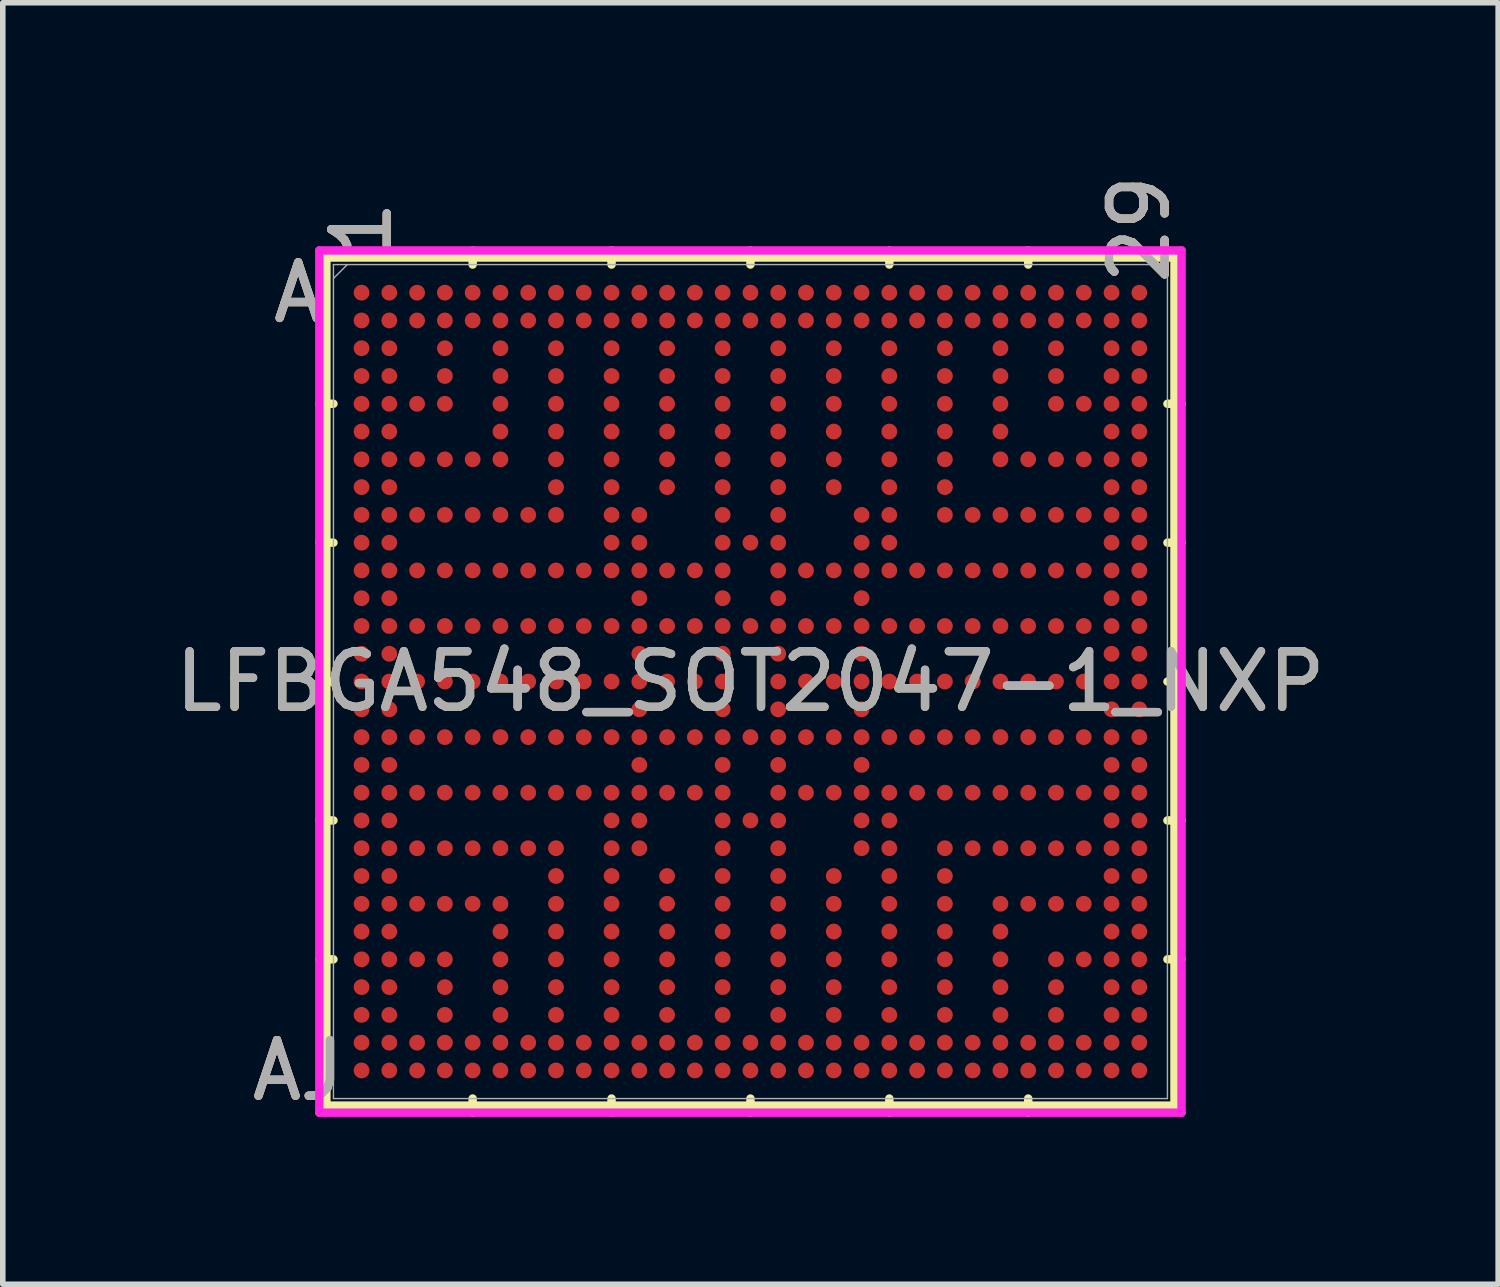
<source format=kicad_pcb>
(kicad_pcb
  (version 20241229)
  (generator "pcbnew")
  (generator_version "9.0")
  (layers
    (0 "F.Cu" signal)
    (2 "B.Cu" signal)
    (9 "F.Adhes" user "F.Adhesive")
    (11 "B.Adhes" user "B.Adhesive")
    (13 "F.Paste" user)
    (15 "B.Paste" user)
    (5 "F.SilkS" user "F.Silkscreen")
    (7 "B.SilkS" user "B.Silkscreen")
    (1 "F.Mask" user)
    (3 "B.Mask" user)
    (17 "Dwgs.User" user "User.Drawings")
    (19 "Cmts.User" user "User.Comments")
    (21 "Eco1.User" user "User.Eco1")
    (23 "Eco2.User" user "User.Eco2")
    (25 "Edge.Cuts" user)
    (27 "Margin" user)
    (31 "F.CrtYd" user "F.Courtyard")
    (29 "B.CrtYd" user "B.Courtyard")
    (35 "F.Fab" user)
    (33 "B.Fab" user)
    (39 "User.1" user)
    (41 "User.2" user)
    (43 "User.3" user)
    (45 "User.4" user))
  (footprint "LFBGA548_SOT2047-1_NXP"
    (layer "F.Cu")
    (at 10.458 9.218)
    (property "Reference" "LFBGA548_SOT2047-1_NXP" (at 0 0 0) (unlocked yes) (layer "F.SilkS") (effects (font (size 1 1) (thickness 0.15))))
    (attr smd)
    (fp_line (start -7.633 -7.633) (end -7.633 7.633) (stroke (width 0.152) (type solid)) (layer "F.SilkS"))
    (fp_line (start -7.633 7.633) (end 7.633 7.633) (stroke (width 0.152) (type solid)) (layer "F.SilkS"))
    (fp_line (start -7.506 -5) (end -7.76 -5) (stroke (width 0.152) (type solid)) (layer "F.SilkS"))
    (fp_line (start -7.506 -2.5) (end -7.76 -2.5) (stroke (width 0.152) (type solid)) (layer "F.SilkS"))
    (fp_line (start -7.506 0) (end -7.76 0) (stroke (width 0.152) (type solid)) (layer "F.SilkS"))
    (fp_line (start -7.506 2.5) (end -7.76 2.5) (stroke (width 0.152) (type solid)) (layer "F.SilkS"))
    (fp_line (start -7.506 5) (end -7.76 5) (stroke (width 0.152) (type solid)) (layer "F.SilkS"))
    (fp_line (start -5 -7.506) (end -5 -7.76) (stroke (width 0.152) (type solid)) (layer "F.SilkS"))
    (fp_line (start -5 7.506) (end -5 7.76) (stroke (width 0.152) (type solid)) (layer "F.SilkS"))
    (fp_line (start -2.5 -7.506) (end -2.5 -7.76) (stroke (width 0.152) (type solid)) (layer "F.SilkS"))
    (fp_line (start -2.5 7.506) (end -2.5 7.76) (stroke (width 0.152) (type solid)) (layer "F.SilkS"))
    (fp_line (start 0 -7.506) (end 0 -7.76) (stroke (width 0.152) (type solid)) (layer "F.SilkS"))
    (fp_line (start 0 7.506) (end 0 7.76) (stroke (width 0.152) (type solid)) (layer "F.SilkS"))
    (fp_line (start 2.5 -7.506) (end 2.5 -7.76) (stroke (width 0.152) (type solid)) (layer "F.SilkS"))
    (fp_line (start 2.5 7.506) (end 2.5 7.76) (stroke (width 0.152) (type solid)) (layer "F.SilkS"))
    (fp_line (start 5 -7.506) (end 5 -7.76) (stroke (width 0.152) (type solid)) (layer "F.SilkS"))
    (fp_line (start 5 7.506) (end 5 7.76) (stroke (width 0.152) (type solid)) (layer "F.SilkS"))
    (fp_line (start 7.506 -5) (end 7.76 -5) (stroke (width 0.152) (type solid)) (layer "F.SilkS"))
    (fp_line (start 7.506 -2.5) (end 7.76 -2.5) (stroke (width 0.152) (type solid)) (layer "F.SilkS"))
    (fp_line (start 7.506 0) (end 7.76 0) (stroke (width 0.152) (type solid)) (layer "F.SilkS"))
    (fp_line (start 7.506 2.5) (end 7.76 2.5) (stroke (width 0.152) (type solid)) (layer "F.SilkS"))
    (fp_line (start 7.506 5) (end 7.76 5) (stroke (width 0.152) (type solid)) (layer "F.SilkS"))
    (fp_line (start 7.633 -7.633) (end -7.633 -7.633) (stroke (width 0.152) (type solid)) (layer "F.SilkS"))
    (fp_line (start 7.633 7.633) (end 7.633 -7.633) (stroke (width 0.152) (type solid)) (layer "F.SilkS"))
    (fp_poly (pts (xy -7.694 -7.694) (xy 7.694 -7.694) (xy 7.694 7.694) (xy -7.694 7.694)) (stroke (width 0.1) (type solid)) (fill no) (layer "Eco2.User"))
    (fp_line (start -7.76 -7.76) (end 7.76 -7.76) (stroke (width 0.152) (type solid)) (layer "F.CrtYd"))
    (fp_line (start -7.76 7.76) (end -7.76 -7.76) (stroke (width 0.152) (type solid)) (layer "F.CrtYd"))
    (fp_line (start 7.76 -7.76) (end 7.76 7.76) (stroke (width 0.152) (type solid)) (layer "F.CrtYd"))
    (fp_line (start 7.76 7.76) (end -7.76 7.76) (stroke (width 0.152) (type solid)) (layer "F.CrtYd"))
    (fp_line (start -7.506 -7.506) (end -7.506 7.506) (stroke (width 0.025) (type solid)) (layer "F.Fab"))
    (fp_line (start -7.506 7.506) (end 7.506 7.506) (stroke (width 0.025) (type solid)) (layer "F.Fab"))
    (fp_line (start -7.256 -7.506) (end -7.506 -7.256) (stroke (width 0.025) (type solid)) (layer "F.Fab"))
    (fp_line (start 7.506 -7.506) (end -7.506 -7.506) (stroke (width 0.025) (type solid)) (layer "F.Fab"))
    (fp_line (start 7.506 7.506) (end 7.506 -7.506) (stroke (width 0.025) (type solid)) (layer "F.Fab"))
    (fp_text user "29" (at 7 -8.141 90) (unlocked yes) (layer "F.SilkS") (effects (font (size 1 1) (thickness 0.15))))
    (fp_text user "1" (at -7 -8.141 90) (unlocked yes) (layer "F.SilkS") (effects (font (size 1 1) (thickness 0.15))))
    (fp_text user "AJ" (at -8.141 7 0) (unlocked yes) (layer "F.SilkS") (effects (font (size 1 1) (thickness 0.15))))
    (fp_text user "A" (at -8.141 -7 0) (unlocked yes) (layer "F.SilkS") (effects (font (size 1 1) (thickness 0.15))))
    (fp_text user "A" (at -8.141 -7 0) (unlocked yes) (layer "B.SilkS") (effects (font (size 1 1) (thickness 0.15))))
    (fp_text user "1" (at -7 -8.141 90) (unlocked yes) (layer "B.SilkS") (effects (font (size 1 1) (thickness 0.15))))
    (fp_text user "29" (at 7 -8.141 90) (unlocked yes) (layer "B.SilkS") (effects (font (size 1 1) (thickness 0.15))))
    (fp_text user "AJ" (at -8.141 7 0) (unlocked yes) (layer "B.SilkS") (effects (font (size 1 1) (thickness 0.15))))
    (fp_text user "29" (at 7 -8.141 90) (unlocked yes) (layer "F.Fab") (effects (font (size 1 1) (thickness 0.15))))
    (fp_text user "A" (at -8.141 -7 0) (unlocked yes) (layer "F.Fab") (effects (font (size 1 1) (thickness 0.15))))
    (fp_text user "AJ" (at -8.141 7 0) (unlocked yes) (layer "F.Fab") (effects (font (size 1 1) (thickness 0.15))))
    (fp_text user "1" (at -7 -8.141 90) (unlocked yes) (layer "F.Fab") (effects (font (size 1 1) (thickness 0.15))))
    (fp_text user "${REFERENCE}" (at 0 0 0) (unlocked yes) (layer "F.Fab") (effects (font (size 1 1) (thickness 0.15))))
    (pad "A1" smd circle (at -7 -7) (size 0.284 0.284) (layers "F.Cu" "F.Mask" "F.Paste"))
    (pad "A2" smd circle (at -6.5 -7) (size 0.284 0.284) (layers "F.Cu" "F.Mask" "F.Paste"))
    (pad "A3" smd circle (at -6 -7) (size 0.284 0.284) (layers "F.Cu" "F.Mask" "F.Paste"))
    (pad "A4" smd circle (at -5.5 -7) (size 0.284 0.284) (layers "F.Cu" "F.Mask" "F.Paste"))
    (pad "A5" smd circle (at -5 -7) (size 0.284 0.284) (layers "F.Cu" "F.Mask" "F.Paste"))
    (pad "A6" smd circle (at -4.5 -7) (size 0.284 0.284) (layers "F.Cu" "F.Mask" "F.Paste"))
    (pad "A7" smd circle (at -4 -7) (size 0.284 0.284) (layers "F.Cu" "F.Mask" "F.Paste"))
    (pad "A8" smd circle (at -3.5 -7) (size 0.284 0.284) (layers "F.Cu" "F.Mask" "F.Paste"))
    (pad "A9" smd circle (at -3 -7) (size 0.284 0.284) (layers "F.Cu" "F.Mask" "F.Paste"))
    (pad "A10" smd circle (at -2.5 -7) (size 0.284 0.284) (layers "F.Cu" "F.Mask" "F.Paste"))
    (pad "A11" smd circle (at -2 -7) (size 0.284 0.284) (layers "F.Cu" "F.Mask" "F.Paste"))
    (pad "A12" smd circle (at -1.5 -7) (size 0.284 0.284) (layers "F.Cu" "F.Mask" "F.Paste"))
    (pad "A13" smd circle (at -1 -7) (size 0.284 0.284) (layers "F.Cu" "F.Mask" "F.Paste"))
    (pad "A14" smd circle (at -0.5 -7) (size 0.284 0.284) (layers "F.Cu" "F.Mask" "F.Paste"))
    (pad "A15" smd circle (at 0 -7) (size 0.284 0.284) (layers "F.Cu" "F.Mask" "F.Paste"))
    (pad "A16" smd circle (at 0.5 -7) (size 0.284 0.284) (layers "F.Cu" "F.Mask" "F.Paste"))
    (pad "A17" smd circle (at 1 -7) (size 0.284 0.284) (layers "F.Cu" "F.Mask" "F.Paste"))
    (pad "A18" smd circle (at 1.5 -7) (size 0.284 0.284) (layers "F.Cu" "F.Mask" "F.Paste"))
    (pad "A19" smd circle (at 2 -7) (size 0.284 0.284) (layers "F.Cu" "F.Mask" "F.Paste"))
    (pad "A20" smd circle (at 2.5 -7) (size 0.284 0.284) (layers "F.Cu" "F.Mask" "F.Paste"))
    (pad "A21" smd circle (at 3 -7) (size 0.284 0.284) (layers "F.Cu" "F.Mask" "F.Paste"))
    (pad "A22" smd circle (at 3.5 -7) (size 0.284 0.284) (layers "F.Cu" "F.Mask" "F.Paste"))
    (pad "A23" smd circle (at 4 -7) (size 0.284 0.284) (layers "F.Cu" "F.Mask" "F.Paste"))
    (pad "A24" smd circle (at 4.5 -7) (size 0.284 0.284) (layers "F.Cu" "F.Mask" "F.Paste"))
    (pad "A25" smd circle (at 5 -7) (size 0.284 0.284) (layers "F.Cu" "F.Mask" "F.Paste"))
    (pad "A26" smd circle (at 5.5 -7) (size 0.284 0.284) (layers "F.Cu" "F.Mask" "F.Paste"))
    (pad "A27" smd circle (at 6 -7) (size 0.284 0.284) (layers "F.Cu" "F.Mask" "F.Paste"))
    (pad "A28" smd circle (at 6.5 -7) (size 0.284 0.284) (layers "F.Cu" "F.Mask" "F.Paste"))
    (pad "A29" smd circle (at 7 -7) (size 0.284 0.284) (layers "F.Cu" "F.Mask" "F.Paste"))
    (pad "AA1" smd circle (at -7 3) (size 0.284 0.284) (layers "F.Cu" "F.Mask" "F.Paste"))
    (pad "AA2" smd circle (at -6.5 3) (size 0.284 0.284) (layers "F.Cu" "F.Mask" "F.Paste"))
    (pad "AA3" smd circle (at -6 3) (size 0.284 0.284) (layers "F.Cu" "F.Mask" "F.Paste"))
    (pad "AA4" smd circle (at -5.5 3) (size 0.284 0.284) (layers "F.Cu" "F.Mask" "F.Paste"))
    (pad "AA5" smd circle (at -5 3) (size 0.284 0.284) (layers "F.Cu" "F.Mask" "F.Paste"))
    (pad "AA6" smd circle (at -4.5 3) (size 0.284 0.284) (layers "F.Cu" "F.Mask" "F.Paste"))
    (pad "AA7" smd circle (at -4 3) (size 0.284 0.284) (layers "F.Cu" "F.Mask" "F.Paste"))
    (pad "AA8" smd circle (at -3.5 3) (size 0.284 0.284) (layers "F.Cu" "F.Mask" "F.Paste"))
    (pad "AA10" smd circle (at -2.5 3) (size 0.284 0.284) (layers "F.Cu" "F.Mask" "F.Paste"))
    (pad "AA11" smd circle (at -2 3) (size 0.284 0.284) (layers "F.Cu" "F.Mask" "F.Paste"))
    (pad "AA14" smd circle (at -0.5 3) (size 0.284 0.284) (layers "F.Cu" "F.Mask" "F.Paste"))
    (pad "AA16" smd circle (at 0.5 3) (size 0.284 0.284) (layers "F.Cu" "F.Mask" "F.Paste"))
    (pad "AA19" smd circle (at 2 3) (size 0.284 0.284) (layers "F.Cu" "F.Mask" "F.Paste"))
    (pad "AA20" smd circle (at 2.5 3) (size 0.284 0.284) (layers "F.Cu" "F.Mask" "F.Paste"))
    (pad "AA22" smd circle (at 3.5 3) (size 0.284 0.284) (layers "F.Cu" "F.Mask" "F.Paste"))
    (pad "AA23" smd circle (at 4 3) (size 0.284 0.284) (layers "F.Cu" "F.Mask" "F.Paste"))
    (pad "AA24" smd circle (at 4.5 3) (size 0.284 0.284) (layers "F.Cu" "F.Mask" "F.Paste"))
    (pad "AA25" smd circle (at 5 3) (size 0.284 0.284) (layers "F.Cu" "F.Mask" "F.Paste"))
    (pad "AA26" smd circle (at 5.5 3) (size 0.284 0.284) (layers "F.Cu" "F.Mask" "F.Paste"))
    (pad "AA27" smd circle (at 6 3) (size 0.284 0.284) (layers "F.Cu" "F.Mask" "F.Paste"))
    (pad "AA28" smd circle (at 6.5 3) (size 0.284 0.284) (layers "F.Cu" "F.Mask" "F.Paste"))
    (pad "AA29" smd circle (at 7 3) (size 0.284 0.284) (layers "F.Cu" "F.Mask" "F.Paste"))
    (pad "AB1" smd circle (at -7 3.5) (size 0.284 0.284) (layers "F.Cu" "F.Mask" "F.Paste"))
    (pad "AB2" smd circle (at -6.5 3.5) (size 0.284 0.284) (layers "F.Cu" "F.Mask" "F.Paste"))
    (pad "AB8" smd circle (at -3.5 3.5) (size 0.284 0.284) (layers "F.Cu" "F.Mask" "F.Paste"))
    (pad "AB10" smd circle (at -2.5 3.5) (size 0.284 0.284) (layers "F.Cu" "F.Mask" "F.Paste"))
    (pad "AB12" smd circle (at -1.5 3.5) (size 0.284 0.284) (layers "F.Cu" "F.Mask" "F.Paste"))
    (pad "AB14" smd circle (at -0.5 3.5) (size 0.284 0.284) (layers "F.Cu" "F.Mask" "F.Paste"))
    (pad "AB16" smd circle (at 0.5 3.5) (size 0.284 0.284) (layers "F.Cu" "F.Mask" "F.Paste"))
    (pad "AB18" smd circle (at 1.5 3.5) (size 0.284 0.284) (layers "F.Cu" "F.Mask" "F.Paste"))
    (pad "AB20" smd circle (at 2.5 3.5) (size 0.284 0.284) (layers "F.Cu" "F.Mask" "F.Paste"))
    (pad "AB22" smd circle (at 3.5 3.5) (size 0.284 0.284) (layers "F.Cu" "F.Mask" "F.Paste"))
    (pad "AB28" smd circle (at 6.5 3.5) (size 0.284 0.284) (layers "F.Cu" "F.Mask" "F.Paste"))
    (pad "AB29" smd circle (at 7 3.5) (size 0.284 0.284) (layers "F.Cu" "F.Mask" "F.Paste"))
    (pad "AC1" smd circle (at -7 4) (size 0.284 0.284) (layers "F.Cu" "F.Mask" "F.Paste"))
    (pad "AC2" smd circle (at -6.5 4) (size 0.284 0.284) (layers "F.Cu" "F.Mask" "F.Paste"))
    (pad "AC3" smd circle (at -6 4) (size 0.284 0.284) (layers "F.Cu" "F.Mask" "F.Paste"))
    (pad "AC4" smd circle (at -5.5 4) (size 0.284 0.284) (layers "F.Cu" "F.Mask" "F.Paste"))
    (pad "AC5" smd circle (at -5 4) (size 0.284 0.284) (layers "F.Cu" "F.Mask" "F.Paste"))
    (pad "AC6" smd circle (at -4.5 4) (size 0.284 0.284) (layers "F.Cu" "F.Mask" "F.Paste"))
    (pad "AC8" smd circle (at -3.5 4) (size 0.284 0.284) (layers "F.Cu" "F.Mask" "F.Paste"))
    (pad "AC10" smd circle (at -2.5 4) (size 0.284 0.284) (layers "F.Cu" "F.Mask" "F.Paste"))
    (pad "AC12" smd circle (at -1.5 4) (size 0.284 0.284) (layers "F.Cu" "F.Mask" "F.Paste"))
    (pad "AC14" smd circle (at -0.5 4) (size 0.284 0.284) (layers "F.Cu" "F.Mask" "F.Paste"))
    (pad "AC16" smd circle (at 0.5 4) (size 0.284 0.284) (layers "F.Cu" "F.Mask" "F.Paste"))
    (pad "AC18" smd circle (at 1.5 4) (size 0.284 0.284) (layers "F.Cu" "F.Mask" "F.Paste"))
    (pad "AC20" smd circle (at 2.5 4) (size 0.284 0.284) (layers "F.Cu" "F.Mask" "F.Paste"))
    (pad "AC22" smd circle (at 3.5 4) (size 0.284 0.284) (layers "F.Cu" "F.Mask" "F.Paste"))
    (pad "AC24" smd circle (at 4.5 4) (size 0.284 0.284) (layers "F.Cu" "F.Mask" "F.Paste"))
    (pad "AC25" smd circle (at 5 4) (size 0.284 0.284) (layers "F.Cu" "F.Mask" "F.Paste"))
    (pad "AC26" smd circle (at 5.5 4) (size 0.284 0.284) (layers "F.Cu" "F.Mask" "F.Paste"))
    (pad "AC27" smd circle (at 6 4) (size 0.284 0.284) (layers "F.Cu" "F.Mask" "F.Paste"))
    (pad "AC28" smd circle (at 6.5 4) (size 0.284 0.284) (layers "F.Cu" "F.Mask" "F.Paste"))
    (pad "AC29" smd circle (at 7 4) (size 0.284 0.284) (layers "F.Cu" "F.Mask" "F.Paste"))
    (pad "AD1" smd circle (at -7 4.5) (size 0.284 0.284) (layers "F.Cu" "F.Mask" "F.Paste"))
    (pad "AD2" smd circle (at -6.5 4.5) (size 0.284 0.284) (layers "F.Cu" "F.Mask" "F.Paste"))
    (pad "AD6" smd circle (at -4.5 4.5) (size 0.284 0.284) (layers "F.Cu" "F.Mask" "F.Paste"))
    (pad "AD8" smd circle (at -3.5 4.5) (size 0.284 0.284) (layers "F.Cu" "F.Mask" "F.Paste"))
    (pad "AD10" smd circle (at -2.5 4.5) (size 0.284 0.284) (layers "F.Cu" "F.Mask" "F.Paste"))
    (pad "AD12" smd circle (at -1.5 4.5) (size 0.284 0.284) (layers "F.Cu" "F.Mask" "F.Paste"))
    (pad "AD14" smd circle (at -0.5 4.5) (size 0.284 0.284) (layers "F.Cu" "F.Mask" "F.Paste"))
    (pad "AD16" smd circle (at 0.5 4.5) (size 0.284 0.284) (layers "F.Cu" "F.Mask" "F.Paste"))
    (pad "AD18" smd circle (at 1.5 4.5) (size 0.284 0.284) (layers "F.Cu" "F.Mask" "F.Paste"))
    (pad "AD20" smd circle (at 2.5 4.5) (size 0.284 0.284) (layers "F.Cu" "F.Mask" "F.Paste"))
    (pad "AD22" smd circle (at 3.5 4.5) (size 0.284 0.284) (layers "F.Cu" "F.Mask" "F.Paste"))
    (pad "AD24" smd circle (at 4.5 4.5) (size 0.284 0.284) (layers "F.Cu" "F.Mask" "F.Paste"))
    (pad "AD28" smd circle (at 6.5 4.5) (size 0.284 0.284) (layers "F.Cu" "F.Mask" "F.Paste"))
    (pad "AD29" smd circle (at 7 4.5) (size 0.284 0.284) (layers "F.Cu" "F.Mask" "F.Paste"))
    (pad "AE1" smd circle (at -7 5) (size 0.284 0.284) (layers "F.Cu" "F.Mask" "F.Paste"))
    (pad "AE2" smd circle (at -6.5 5) (size 0.284 0.284) (layers "F.Cu" "F.Mask" "F.Paste"))
    (pad "AE3" smd circle (at -6 5) (size 0.284 0.284) (layers "F.Cu" "F.Mask" "F.Paste"))
    (pad "AE4" smd circle (at -5.5 5) (size 0.284 0.284) (layers "F.Cu" "F.Mask" "F.Paste"))
    (pad "AE6" smd circle (at -4.5 5) (size 0.284 0.284) (layers "F.Cu" "F.Mask" "F.Paste"))
    (pad "AE8" smd circle (at -3.5 5) (size 0.284 0.284) (layers "F.Cu" "F.Mask" "F.Paste"))
    (pad "AE10" smd circle (at -2.5 5) (size 0.284 0.284) (layers "F.Cu" "F.Mask" "F.Paste"))
    (pad "AE12" smd circle (at -1.5 5) (size 0.284 0.284) (layers "F.Cu" "F.Mask" "F.Paste"))
    (pad "AE14" smd circle (at -0.5 5) (size 0.284 0.284) (layers "F.Cu" "F.Mask" "F.Paste"))
    (pad "AE16" smd circle (at 0.5 5) (size 0.284 0.284) (layers "F.Cu" "F.Mask" "F.Paste"))
    (pad "AE18" smd circle (at 1.5 5) (size 0.284 0.284) (layers "F.Cu" "F.Mask" "F.Paste"))
    (pad "AE20" smd circle (at 2.5 5) (size 0.284 0.284) (layers "F.Cu" "F.Mask" "F.Paste"))
    (pad "AE22" smd circle (at 3.5 5) (size 0.284 0.284) (layers "F.Cu" "F.Mask" "F.Paste"))
    (pad "AE24" smd circle (at 4.5 5) (size 0.284 0.284) (layers "F.Cu" "F.Mask" "F.Paste"))
    (pad "AE26" smd circle (at 5.5 5) (size 0.284 0.284) (layers "F.Cu" "F.Mask" "F.Paste"))
    (pad "AE27" smd circle (at 6 5) (size 0.284 0.284) (layers "F.Cu" "F.Mask" "F.Paste"))
    (pad "AE28" smd circle (at 6.5 5) (size 0.284 0.284) (layers "F.Cu" "F.Mask" "F.Paste"))
    (pad "AE29" smd circle (at 7 5) (size 0.284 0.284) (layers "F.Cu" "F.Mask" "F.Paste"))
    (pad "AF1" smd circle (at -7 5.5) (size 0.284 0.284) (layers "F.Cu" "F.Mask" "F.Paste"))
    (pad "AF2" smd circle (at -6.5 5.5) (size 0.284 0.284) (layers "F.Cu" "F.Mask" "F.Paste"))
    (pad "AF4" smd circle (at -5.5 5.5) (size 0.284 0.284) (layers "F.Cu" "F.Mask" "F.Paste"))
    (pad "AF6" smd circle (at -4.5 5.5) (size 0.284 0.284) (layers "F.Cu" "F.Mask" "F.Paste"))
    (pad "AF8" smd circle (at -3.5 5.5) (size 0.284 0.284) (layers "F.Cu" "F.Mask" "F.Paste"))
    (pad "AF10" smd circle (at -2.5 5.5) (size 0.284 0.284) (layers "F.Cu" "F.Mask" "F.Paste"))
    (pad "AF12" smd circle (at -1.5 5.5) (size 0.284 0.284) (layers "F.Cu" "F.Mask" "F.Paste"))
    (pad "AF14" smd circle (at -0.5 5.5) (size 0.284 0.284) (layers "F.Cu" "F.Mask" "F.Paste"))
    (pad "AF16" smd circle (at 0.5 5.5) (size 0.284 0.284) (layers "F.Cu" "F.Mask" "F.Paste"))
    (pad "AF18" smd circle (at 1.5 5.5) (size 0.284 0.284) (layers "F.Cu" "F.Mask" "F.Paste"))
    (pad "AF20" smd circle (at 2.5 5.5) (size 0.284 0.284) (layers "F.Cu" "F.Mask" "F.Paste"))
    (pad "AF22" smd circle (at 3.5 5.5) (size 0.284 0.284) (layers "F.Cu" "F.Mask" "F.Paste"))
    (pad "AF24" smd circle (at 4.5 5.5) (size 0.284 0.284) (layers "F.Cu" "F.Mask" "F.Paste"))
    (pad "AF26" smd circle (at 5.5 5.5) (size 0.284 0.284) (layers "F.Cu" "F.Mask" "F.Paste"))
    (pad "AF28" smd circle (at 6.5 5.5) (size 0.284 0.284) (layers "F.Cu" "F.Mask" "F.Paste"))
    (pad "AF29" smd circle (at 7 5.5) (size 0.284 0.284) (layers "F.Cu" "F.Mask" "F.Paste"))
    (pad "AG1" smd circle (at -7 6) (size 0.284 0.284) (layers "F.Cu" "F.Mask" "F.Paste"))
    (pad "AG2" smd circle (at -6.5 6) (size 0.284 0.284) (layers "F.Cu" "F.Mask" "F.Paste"))
    (pad "AG4" smd circle (at -5.5 6) (size 0.284 0.284) (layers "F.Cu" "F.Mask" "F.Paste"))
    (pad "AG6" smd circle (at -4.5 6) (size 0.284 0.284) (layers "F.Cu" "F.Mask" "F.Paste"))
    (pad "AG8" smd circle (at -3.5 6) (size 0.284 0.284) (layers "F.Cu" "F.Mask" "F.Paste"))
    (pad "AG10" smd circle (at -2.5 6) (size 0.284 0.284) (layers "F.Cu" "F.Mask" "F.Paste"))
    (pad "AG12" smd circle (at -1.5 6) (size 0.284 0.284) (layers "F.Cu" "F.Mask" "F.Paste"))
    (pad "AG14" smd circle (at -0.5 6) (size 0.284 0.284) (layers "F.Cu" "F.Mask" "F.Paste"))
    (pad "AG16" smd circle (at 0.5 6) (size 0.284 0.284) (layers "F.Cu" "F.Mask" "F.Paste"))
    (pad "AG18" smd circle (at 1.5 6) (size 0.284 0.284) (layers "F.Cu" "F.Mask" "F.Paste"))
    (pad "AG20" smd circle (at 2.5 6) (size 0.284 0.284) (layers "F.Cu" "F.Mask" "F.Paste"))
    (pad "AG22" smd circle (at 3.5 6) (size 0.284 0.284) (layers "F.Cu" "F.Mask" "F.Paste"))
    (pad "AG24" smd circle (at 4.5 6) (size 0.284 0.284) (layers "F.Cu" "F.Mask" "F.Paste"))
    (pad "AG26" smd circle (at 5.5 6) (size 0.284 0.284) (layers "F.Cu" "F.Mask" "F.Paste"))
    (pad "AG28" smd circle (at 6.5 6) (size 0.284 0.284) (layers "F.Cu" "F.Mask" "F.Paste"))
    (pad "AG29" smd circle (at 7 6) (size 0.284 0.284) (layers "F.Cu" "F.Mask" "F.Paste"))
    (pad "AH1" smd circle (at -7 6.5) (size 0.284 0.284) (layers "F.Cu" "F.Mask" "F.Paste"))
    (pad "AH2" smd circle (at -6.5 6.5) (size 0.284 0.284) (layers "F.Cu" "F.Mask" "F.Paste"))
    (pad "AH3" smd circle (at -6 6.5) (size 0.284 0.284) (layers "F.Cu" "F.Mask" "F.Paste"))
    (pad "AH4" smd circle (at -5.5 6.5) (size 0.284 0.284) (layers "F.Cu" "F.Mask" "F.Paste"))
    (pad "AH5" smd circle (at -5 6.5) (size 0.284 0.284) (layers "F.Cu" "F.Mask" "F.Paste"))
    (pad "AH6" smd circle (at -4.5 6.5) (size 0.284 0.284) (layers "F.Cu" "F.Mask" "F.Paste"))
    (pad "AH7" smd circle (at -4 6.5) (size 0.284 0.284) (layers "F.Cu" "F.Mask" "F.Paste"))
    (pad "AH8" smd circle (at -3.5 6.5) (size 0.284 0.284) (layers "F.Cu" "F.Mask" "F.Paste"))
    (pad "AH9" smd circle (at -3 6.5) (size 0.284 0.284) (layers "F.Cu" "F.Mask" "F.Paste"))
    (pad "AH10" smd circle (at -2.5 6.5) (size 0.284 0.284) (layers "F.Cu" "F.Mask" "F.Paste"))
    (pad "AH11" smd circle (at -2 6.5) (size 0.284 0.284) (layers "F.Cu" "F.Mask" "F.Paste"))
    (pad "AH12" smd circle (at -1.5 6.5) (size 0.284 0.284) (layers "F.Cu" "F.Mask" "F.Paste"))
    (pad "AH13" smd circle (at -1 6.5) (size 0.284 0.284) (layers "F.Cu" "F.Mask" "F.Paste"))
    (pad "AH14" smd circle (at -0.5 6.5) (size 0.284 0.284) (layers "F.Cu" "F.Mask" "F.Paste"))
    (pad "AH15" smd circle (at 0 6.5) (size 0.284 0.284) (layers "F.Cu" "F.Mask" "F.Paste"))
    (pad "AH16" smd circle (at 0.5 6.5) (size 0.284 0.284) (layers "F.Cu" "F.Mask" "F.Paste"))
    (pad "AH17" smd circle (at 1 6.5) (size 0.284 0.284) (layers "F.Cu" "F.Mask" "F.Paste"))
    (pad "AH18" smd circle (at 1.5 6.5) (size 0.284 0.284) (layers "F.Cu" "F.Mask" "F.Paste"))
    (pad "AH19" smd circle (at 2 6.5) (size 0.284 0.284) (layers "F.Cu" "F.Mask" "F.Paste"))
    (pad "AH20" smd circle (at 2.5 6.5) (size 0.284 0.284) (layers "F.Cu" "F.Mask" "F.Paste"))
    (pad "AH21" smd circle (at 3 6.5) (size 0.284 0.284) (layers "F.Cu" "F.Mask" "F.Paste"))
    (pad "AH22" smd circle (at 3.5 6.5) (size 0.284 0.284) (layers "F.Cu" "F.Mask" "F.Paste"))
    (pad "AH23" smd circle (at 4 6.5) (size 0.284 0.284) (layers "F.Cu" "F.Mask" "F.Paste"))
    (pad "AH24" smd circle (at 4.5 6.5) (size 0.284 0.284) (layers "F.Cu" "F.Mask" "F.Paste"))
    (pad "AH25" smd circle (at 5 6.5) (size 0.284 0.284) (layers "F.Cu" "F.Mask" "F.Paste"))
    (pad "AH26" smd circle (at 5.5 6.5) (size 0.284 0.284) (layers "F.Cu" "F.Mask" "F.Paste"))
    (pad "AH27" smd circle (at 6 6.5) (size 0.284 0.284) (layers "F.Cu" "F.Mask" "F.Paste"))
    (pad "AH28" smd circle (at 6.5 6.5) (size 0.284 0.284) (layers "F.Cu" "F.Mask" "F.Paste"))
    (pad "AH29" smd circle (at 7 6.5) (size 0.284 0.284) (layers "F.Cu" "F.Mask" "F.Paste"))
    (pad "AJ1" smd circle (at -7 7) (size 0.284 0.284) (layers "F.Cu" "F.Mask" "F.Paste"))
    (pad "AJ2" smd circle (at -6.5 7) (size 0.284 0.284) (layers "F.Cu" "F.Mask" "F.Paste"))
    (pad "AJ3" smd circle (at -6 7) (size 0.284 0.284) (layers "F.Cu" "F.Mask" "F.Paste"))
    (pad "AJ4" smd circle (at -5.5 7) (size 0.284 0.284) (layers "F.Cu" "F.Mask" "F.Paste"))
    (pad "AJ5" smd circle (at -5 7) (size 0.284 0.284) (layers "F.Cu" "F.Mask" "F.Paste"))
    (pad "AJ6" smd circle (at -4.5 7) (size 0.284 0.284) (layers "F.Cu" "F.Mask" "F.Paste"))
    (pad "AJ7" smd circle (at -4 7) (size 0.284 0.284) (layers "F.Cu" "F.Mask" "F.Paste"))
    (pad "AJ8" smd circle (at -3.5 7) (size 0.284 0.284) (layers "F.Cu" "F.Mask" "F.Paste"))
    (pad "AJ9" smd circle (at -3 7) (size 0.284 0.284) (layers "F.Cu" "F.Mask" "F.Paste"))
    (pad "AJ10" smd circle (at -2.5 7) (size 0.284 0.284) (layers "F.Cu" "F.Mask" "F.Paste"))
    (pad "AJ11" smd circle (at -2 7) (size 0.284 0.284) (layers "F.Cu" "F.Mask" "F.Paste"))
    (pad "AJ12" smd circle (at -1.5 7) (size 0.284 0.284) (layers "F.Cu" "F.Mask" "F.Paste"))
    (pad "AJ13" smd circle (at -1 7) (size 0.284 0.284) (layers "F.Cu" "F.Mask" "F.Paste"))
    (pad "AJ14" smd circle (at -0.5 7) (size 0.284 0.284) (layers "F.Cu" "F.Mask" "F.Paste"))
    (pad "AJ15" smd circle (at 0 7) (size 0.284 0.284) (layers "F.Cu" "F.Mask" "F.Paste"))
    (pad "AJ16" smd circle (at 0.5 7) (size 0.284 0.284) (layers "F.Cu" "F.Mask" "F.Paste"))
    (pad "AJ17" smd circle (at 1 7) (size 0.284 0.284) (layers "F.Cu" "F.Mask" "F.Paste"))
    (pad "AJ18" smd circle (at 1.5 7) (size 0.284 0.284) (layers "F.Cu" "F.Mask" "F.Paste"))
    (pad "AJ19" smd circle (at 2 7) (size 0.284 0.284) (layers "F.Cu" "F.Mask" "F.Paste"))
    (pad "AJ20" smd circle (at 2.5 7) (size 0.284 0.284) (layers "F.Cu" "F.Mask" "F.Paste"))
    (pad "AJ21" smd circle (at 3 7) (size 0.284 0.284) (layers "F.Cu" "F.Mask" "F.Paste"))
    (pad "AJ22" smd circle (at 3.5 7) (size 0.284 0.284) (layers "F.Cu" "F.Mask" "F.Paste"))
    (pad "AJ23" smd circle (at 4 7) (size 0.284 0.284) (layers "F.Cu" "F.Mask" "F.Paste"))
    (pad "AJ24" smd circle (at 4.5 7) (size 0.284 0.284) (layers "F.Cu" "F.Mask" "F.Paste"))
    (pad "AJ25" smd circle (at 5 7) (size 0.284 0.284) (layers "F.Cu" "F.Mask" "F.Paste"))
    (pad "AJ26" smd circle (at 5.5 7) (size 0.284 0.284) (layers "F.Cu" "F.Mask" "F.Paste"))
    (pad "AJ27" smd circle (at 6 7) (size 0.284 0.284) (layers "F.Cu" "F.Mask" "F.Paste"))
    (pad "AJ28" smd circle (at 6.5 7) (size 0.284 0.284) (layers "F.Cu" "F.Mask" "F.Paste"))
    (pad "AJ29" smd circle (at 7 7) (size 0.284 0.284) (layers "F.Cu" "F.Mask" "F.Paste"))
    (pad "B1" smd circle (at -7 -6.5) (size 0.284 0.284) (layers "F.Cu" "F.Mask" "F.Paste"))
    (pad "B2" smd circle (at -6.5 -6.5) (size 0.284 0.284) (layers "F.Cu" "F.Mask" "F.Paste"))
    (pad "B3" smd circle (at -6 -6.5) (size 0.284 0.284) (layers "F.Cu" "F.Mask" "F.Paste"))
    (pad "B4" smd circle (at -5.5 -6.5) (size 0.284 0.284) (layers "F.Cu" "F.Mask" "F.Paste"))
    (pad "B5" smd circle (at -5 -6.5) (size 0.284 0.284) (layers "F.Cu" "F.Mask" "F.Paste"))
    (pad "B6" smd circle (at -4.5 -6.5) (size 0.284 0.284) (layers "F.Cu" "F.Mask" "F.Paste"))
    (pad "B7" smd circle (at -4 -6.5) (size 0.284 0.284) (layers "F.Cu" "F.Mask" "F.Paste"))
    (pad "B8" smd circle (at -3.5 -6.5) (size 0.284 0.284) (layers "F.Cu" "F.Mask" "F.Paste"))
    (pad "B9" smd circle (at -3 -6.5) (size 0.284 0.284) (layers "F.Cu" "F.Mask" "F.Paste"))
    (pad "B10" smd circle (at -2.5 -6.5) (size 0.284 0.284) (layers "F.Cu" "F.Mask" "F.Paste"))
    (pad "B11" smd circle (at -2 -6.5) (size 0.284 0.284) (layers "F.Cu" "F.Mask" "F.Paste"))
    (pad "B12" smd circle (at -1.5 -6.5) (size 0.284 0.284) (layers "F.Cu" "F.Mask" "F.Paste"))
    (pad "B13" smd circle (at -1 -6.5) (size 0.284 0.284) (layers "F.Cu" "F.Mask" "F.Paste"))
    (pad "B14" smd circle (at -0.5 -6.5) (size 0.284 0.284) (layers "F.Cu" "F.Mask" "F.Paste"))
    (pad "B15" smd circle (at 0 -6.5) (size 0.284 0.284) (layers "F.Cu" "F.Mask" "F.Paste"))
    (pad "B16" smd circle (at 0.5 -6.5) (size 0.284 0.284) (layers "F.Cu" "F.Mask" "F.Paste"))
    (pad "B17" smd circle (at 1 -6.5) (size 0.284 0.284) (layers "F.Cu" "F.Mask" "F.Paste"))
    (pad "B18" smd circle (at 1.5 -6.5) (size 0.284 0.284) (layers "F.Cu" "F.Mask" "F.Paste"))
    (pad "B19" smd circle (at 2 -6.5) (size 0.284 0.284) (layers "F.Cu" "F.Mask" "F.Paste"))
    (pad "B20" smd circle (at 2.5 -6.5) (size 0.284 0.284) (layers "F.Cu" "F.Mask" "F.Paste"))
    (pad "B21" smd circle (at 3 -6.5) (size 0.284 0.284) (layers "F.Cu" "F.Mask" "F.Paste"))
    (pad "B22" smd circle (at 3.5 -6.5) (size 0.284 0.284) (layers "F.Cu" "F.Mask" "F.Paste"))
    (pad "B23" smd circle (at 4 -6.5) (size 0.284 0.284) (layers "F.Cu" "F.Mask" "F.Paste"))
    (pad "B24" smd circle (at 4.5 -6.5) (size 0.284 0.284) (layers "F.Cu" "F.Mask" "F.Paste"))
    (pad "B25" smd circle (at 5 -6.5) (size 0.284 0.284) (layers "F.Cu" "F.Mask" "F.Paste"))
    (pad "B26" smd circle (at 5.5 -6.5) (size 0.284 0.284) (layers "F.Cu" "F.Mask" "F.Paste"))
    (pad "B27" smd circle (at 6 -6.5) (size 0.284 0.284) (layers "F.Cu" "F.Mask" "F.Paste"))
    (pad "B28" smd circle (at 6.5 -6.5) (size 0.284 0.284) (layers "F.Cu" "F.Mask" "F.Paste"))
    (pad "B29" smd circle (at 7 -6.5) (size 0.284 0.284) (layers "F.Cu" "F.Mask" "F.Paste"))
    (pad "C1" smd circle (at -7 -6) (size 0.284 0.284) (layers "F.Cu" "F.Mask" "F.Paste"))
    (pad "C2" smd circle (at -6.5 -6) (size 0.284 0.284) (layers "F.Cu" "F.Mask" "F.Paste"))
    (pad "C4" smd circle (at -5.5 -6) (size 0.284 0.284) (layers "F.Cu" "F.Mask" "F.Paste"))
    (pad "C6" smd circle (at -4.5 -6) (size 0.284 0.284) (layers "F.Cu" "F.Mask" "F.Paste"))
    (pad "C8" smd circle (at -3.5 -6) (size 0.284 0.284) (layers "F.Cu" "F.Mask" "F.Paste"))
    (pad "C10" smd circle (at -2.5 -6) (size 0.284 0.284) (layers "F.Cu" "F.Mask" "F.Paste"))
    (pad "C12" smd circle (at -1.5 -6) (size 0.284 0.284) (layers "F.Cu" "F.Mask" "F.Paste"))
    (pad "C14" smd circle (at -0.5 -6) (size 0.284 0.284) (layers "F.Cu" "F.Mask" "F.Paste"))
    (pad "C16" smd circle (at 0.5 -6) (size 0.284 0.284) (layers "F.Cu" "F.Mask" "F.Paste"))
    (pad "C18" smd circle (at 1.5 -6) (size 0.284 0.284) (layers "F.Cu" "F.Mask" "F.Paste"))
    (pad "C20" smd circle (at 2.5 -6) (size 0.284 0.284) (layers "F.Cu" "F.Mask" "F.Paste"))
    (pad "C22" smd circle (at 3.5 -6) (size 0.284 0.284) (layers "F.Cu" "F.Mask" "F.Paste"))
    (pad "C24" smd circle (at 4.5 -6) (size 0.284 0.284) (layers "F.Cu" "F.Mask" "F.Paste"))
    (pad "C26" smd circle (at 5.5 -6) (size 0.284 0.284) (layers "F.Cu" "F.Mask" "F.Paste"))
    (pad "C28" smd circle (at 6.5 -6) (size 0.284 0.284) (layers "F.Cu" "F.Mask" "F.Paste"))
    (pad "C29" smd circle (at 7 -6) (size 0.284 0.284) (layers "F.Cu" "F.Mask" "F.Paste"))
    (pad "D1" smd circle (at -7 -5.5) (size 0.284 0.284) (layers "F.Cu" "F.Mask" "F.Paste"))
    (pad "D2" smd circle (at -6.5 -5.5) (size 0.284 0.284) (layers "F.Cu" "F.Mask" "F.Paste"))
    (pad "D4" smd circle (at -5.5 -5.5) (size 0.284 0.284) (layers "F.Cu" "F.Mask" "F.Paste"))
    (pad "D6" smd circle (at -4.5 -5.5) (size 0.284 0.284) (layers "F.Cu" "F.Mask" "F.Paste"))
    (pad "D8" smd circle (at -3.5 -5.5) (size 0.284 0.284) (layers "F.Cu" "F.Mask" "F.Paste"))
    (pad "D10" smd circle (at -2.5 -5.5) (size 0.284 0.284) (layers "F.Cu" "F.Mask" "F.Paste"))
    (pad "D12" smd circle (at -1.5 -5.5) (size 0.284 0.284) (layers "F.Cu" "F.Mask" "F.Paste"))
    (pad "D14" smd circle (at -0.5 -5.5) (size 0.284 0.284) (layers "F.Cu" "F.Mask" "F.Paste"))
    (pad "D16" smd circle (at 0.5 -5.5) (size 0.284 0.284) (layers "F.Cu" "F.Mask" "F.Paste"))
    (pad "D18" smd circle (at 1.5 -5.5) (size 0.284 0.284) (layers "F.Cu" "F.Mask" "F.Paste"))
    (pad "D20" smd circle (at 2.5 -5.5) (size 0.284 0.284) (layers "F.Cu" "F.Mask" "F.Paste"))
    (pad "D22" smd circle (at 3.5 -5.5) (size 0.284 0.284) (layers "F.Cu" "F.Mask" "F.Paste"))
    (pad "D24" smd circle (at 4.5 -5.5) (size 0.284 0.284) (layers "F.Cu" "F.Mask" "F.Paste"))
    (pad "D26" smd circle (at 5.5 -5.5) (size 0.284 0.284) (layers "F.Cu" "F.Mask" "F.Paste"))
    (pad "D28" smd circle (at 6.5 -5.5) (size 0.284 0.284) (layers "F.Cu" "F.Mask" "F.Paste"))
    (pad "D29" smd circle (at 7 -5.5) (size 0.284 0.284) (layers "F.Cu" "F.Mask" "F.Paste"))
    (pad "E1" smd circle (at -7 -5) (size 0.284 0.284) (layers "F.Cu" "F.Mask" "F.Paste"))
    (pad "E2" smd circle (at -6.5 -5) (size 0.284 0.284) (layers "F.Cu" "F.Mask" "F.Paste"))
    (pad "E3" smd circle (at -6 -5) (size 0.284 0.284) (layers "F.Cu" "F.Mask" "F.Paste"))
    (pad "E4" smd circle (at -5.5 -5) (size 0.284 0.284) (layers "F.Cu" "F.Mask" "F.Paste"))
    (pad "E6" smd circle (at -4.5 -5) (size 0.284 0.284) (layers "F.Cu" "F.Mask" "F.Paste"))
    (pad "E8" smd circle (at -3.5 -5) (size 0.284 0.284) (layers "F.Cu" "F.Mask" "F.Paste"))
    (pad "E10" smd circle (at -2.5 -5) (size 0.284 0.284) (layers "F.Cu" "F.Mask" "F.Paste"))
    (pad "E12" smd circle (at -1.5 -5) (size 0.284 0.284) (layers "F.Cu" "F.Mask" "F.Paste"))
    (pad "E14" smd circle (at -0.5 -5) (size 0.284 0.284) (layers "F.Cu" "F.Mask" "F.Paste"))
    (pad "E16" smd circle (at 0.5 -5) (size 0.284 0.284) (layers "F.Cu" "F.Mask" "F.Paste"))
    (pad "E18" smd circle (at 1.5 -5) (size 0.284 0.284) (layers "F.Cu" "F.Mask" "F.Paste"))
    (pad "E20" smd circle (at 2.5 -5) (size 0.284 0.284) (layers "F.Cu" "F.Mask" "F.Paste"))
    (pad "E22" smd circle (at 3.5 -5) (size 0.284 0.284) (layers "F.Cu" "F.Mask" "F.Paste"))
    (pad "E24" smd circle (at 4.5 -5) (size 0.284 0.284) (layers "F.Cu" "F.Mask" "F.Paste"))
    (pad "E26" smd circle (at 5.5 -5) (size 0.284 0.284) (layers "F.Cu" "F.Mask" "F.Paste"))
    (pad "E27" smd circle (at 6 -5) (size 0.284 0.284) (layers "F.Cu" "F.Mask" "F.Paste"))
    (pad "E28" smd circle (at 6.5 -5) (size 0.284 0.284) (layers "F.Cu" "F.Mask" "F.Paste"))
    (pad "E29" smd circle (at 7 -5) (size 0.284 0.284) (layers "F.Cu" "F.Mask" "F.Paste"))
    (pad "F1" smd circle (at -7 -4.5) (size 0.284 0.284) (layers "F.Cu" "F.Mask" "F.Paste"))
    (pad "F2" smd circle (at -6.5 -4.5) (size 0.284 0.284) (layers "F.Cu" "F.Mask" "F.Paste"))
    (pad "F6" smd circle (at -4.5 -4.5) (size 0.284 0.284) (layers "F.Cu" "F.Mask" "F.Paste"))
    (pad "F8" smd circle (at -3.5 -4.5) (size 0.284 0.284) (layers "F.Cu" "F.Mask" "F.Paste"))
    (pad "F10" smd circle (at -2.5 -4.5) (size 0.284 0.284) (layers "F.Cu" "F.Mask" "F.Paste"))
    (pad "F12" smd circle (at -1.5 -4.5) (size 0.284 0.284) (layers "F.Cu" "F.Mask" "F.Paste"))
    (pad "F14" smd circle (at -0.5 -4.5) (size 0.284 0.284) (layers "F.Cu" "F.Mask" "F.Paste"))
    (pad "F16" smd circle (at 0.5 -4.5) (size 0.284 0.284) (layers "F.Cu" "F.Mask" "F.Paste"))
    (pad "F18" smd circle (at 1.5 -4.5) (size 0.284 0.284) (layers "F.Cu" "F.Mask" "F.Paste"))
    (pad "F20" smd circle (at 2.5 -4.5) (size 0.284 0.284) (layers "F.Cu" "F.Mask" "F.Paste"))
    (pad "F22" smd circle (at 3.5 -4.5) (size 0.284 0.284) (layers "F.Cu" "F.Mask" "F.Paste"))
    (pad "F24" smd circle (at 4.5 -4.5) (size 0.284 0.284) (layers "F.Cu" "F.Mask" "F.Paste"))
    (pad "F28" smd circle (at 6.5 -4.5) (size 0.284 0.284) (layers "F.Cu" "F.Mask" "F.Paste"))
    (pad "F29" smd circle (at 7 -4.5) (size 0.284 0.284) (layers "F.Cu" "F.Mask" "F.Paste"))
    (pad "G1" smd circle (at -7 -4) (size 0.284 0.284) (layers "F.Cu" "F.Mask" "F.Paste"))
    (pad "G2" smd circle (at -6.5 -4) (size 0.284 0.284) (layers "F.Cu" "F.Mask" "F.Paste"))
    (pad "G3" smd circle (at -6 -4) (size 0.284 0.284) (layers "F.Cu" "F.Mask" "F.Paste"))
    (pad "G4" smd circle (at -5.5 -4) (size 0.284 0.284) (layers "F.Cu" "F.Mask" "F.Paste"))
    (pad "G5" smd circle (at -5 -4) (size 0.284 0.284) (layers "F.Cu" "F.Mask" "F.Paste"))
    (pad "G6" smd circle (at -4.5 -4) (size 0.284 0.284) (layers "F.Cu" "F.Mask" "F.Paste"))
    (pad "G8" smd circle (at -3.5 -4) (size 0.284 0.284) (layers "F.Cu" "F.Mask" "F.Paste"))
    (pad "G10" smd circle (at -2.5 -4) (size 0.284 0.284) (layers "F.Cu" "F.Mask" "F.Paste"))
    (pad "G12" smd circle (at -1.5 -4) (size 0.284 0.284) (layers "F.Cu" "F.Mask" "F.Paste"))
    (pad "G14" smd circle (at -0.5 -4) (size 0.284 0.284) (layers "F.Cu" "F.Mask" "F.Paste"))
    (pad "G16" smd circle (at 0.5 -4) (size 0.284 0.284) (layers "F.Cu" "F.Mask" "F.Paste"))
    (pad "G18" smd circle (at 1.5 -4) (size 0.284 0.284) (layers "F.Cu" "F.Mask" "F.Paste"))
    (pad "G20" smd circle (at 2.5 -4) (size 0.284 0.284) (layers "F.Cu" "F.Mask" "F.Paste"))
    (pad "G22" smd circle (at 3.5 -4) (size 0.284 0.284) (layers "F.Cu" "F.Mask" "F.Paste"))
    (pad "G24" smd circle (at 4.5 -4) (size 0.284 0.284) (layers "F.Cu" "F.Mask" "F.Paste"))
    (pad "G25" smd circle (at 5 -4) (size 0.284 0.284) (layers "F.Cu" "F.Mask" "F.Paste"))
    (pad "G26" smd circle (at 5.5 -4) (size 0.284 0.284) (layers "F.Cu" "F.Mask" "F.Paste"))
    (pad "G27" smd circle (at 6 -4) (size 0.284 0.284) (layers "F.Cu" "F.Mask" "F.Paste"))
    (pad "G28" smd circle (at 6.5 -4) (size 0.284 0.284) (layers "F.Cu" "F.Mask" "F.Paste"))
    (pad "G29" smd circle (at 7 -4) (size 0.284 0.284) (layers "F.Cu" "F.Mask" "F.Paste"))
    (pad "H1" smd circle (at -7 -3.5) (size 0.284 0.284) (layers "F.Cu" "F.Mask" "F.Paste"))
    (pad "H2" smd circle (at -6.5 -3.5) (size 0.284 0.284) (layers "F.Cu" "F.Mask" "F.Paste"))
    (pad "H8" smd circle (at -3.5 -3.5) (size 0.284 0.284) (layers "F.Cu" "F.Mask" "F.Paste"))
    (pad "H10" smd circle (at -2.5 -3.5) (size 0.284 0.284) (layers "F.Cu" "F.Mask" "F.Paste"))
    (pad "H12" smd circle (at -1.5 -3.5) (size 0.284 0.284) (layers "F.Cu" "F.Mask" "F.Paste"))
    (pad "H14" smd circle (at -0.5 -3.5) (size 0.284 0.284) (layers "F.Cu" "F.Mask" "F.Paste"))
    (pad "H16" smd circle (at 0.5 -3.5) (size 0.284 0.284) (layers "F.Cu" "F.Mask" "F.Paste"))
    (pad "H18" smd circle (at 1.5 -3.5) (size 0.284 0.284) (layers "F.Cu" "F.Mask" "F.Paste"))
    (pad "H20" smd circle (at 2.5 -3.5) (size 0.284 0.284) (layers "F.Cu" "F.Mask" "F.Paste"))
    (pad "H22" smd circle (at 3.5 -3.5) (size 0.284 0.284) (layers "F.Cu" "F.Mask" "F.Paste"))
    (pad "H28" smd circle (at 6.5 -3.5) (size 0.284 0.284) (layers "F.Cu" "F.Mask" "F.Paste"))
    (pad "H29" smd circle (at 7 -3.5) (size 0.284 0.284) (layers "F.Cu" "F.Mask" "F.Paste"))
    (pad "J1" smd circle (at -7 -3) (size 0.284 0.284) (layers "F.Cu" "F.Mask" "F.Paste"))
    (pad "J2" smd circle (at -6.5 -3) (size 0.284 0.284) (layers "F.Cu" "F.Mask" "F.Paste"))
    (pad "J3" smd circle (at -6 -3) (size 0.284 0.284) (layers "F.Cu" "F.Mask" "F.Paste"))
    (pad "J4" smd circle (at -5.5 -3) (size 0.284 0.284) (layers "F.Cu" "F.Mask" "F.Paste"))
    (pad "J5" smd circle (at -5 -3) (size 0.284 0.284) (layers "F.Cu" "F.Mask" "F.Paste"))
    (pad "J6" smd circle (at -4.5 -3) (size 0.284 0.284) (layers "F.Cu" "F.Mask" "F.Paste"))
    (pad "J7" smd circle (at -4 -3) (size 0.284 0.284) (layers "F.Cu" "F.Mask" "F.Paste"))
    (pad "J8" smd circle (at -3.5 -3) (size 0.284 0.284) (layers "F.Cu" "F.Mask" "F.Paste"))
    (pad "J10" smd circle (at -2.5 -3) (size 0.284 0.284) (layers "F.Cu" "F.Mask" "F.Paste"))
    (pad "J11" smd circle (at -2 -3) (size 0.284 0.284) (layers "F.Cu" "F.Mask" "F.Paste"))
    (pad "J14" smd circle (at -0.5 -3) (size 0.284 0.284) (layers "F.Cu" "F.Mask" "F.Paste"))
    (pad "J16" smd circle (at 0.5 -3) (size 0.284 0.284) (layers "F.Cu" "F.Mask" "F.Paste"))
    (pad "J19" smd circle (at 2 -3) (size 0.284 0.284) (layers "F.Cu" "F.Mask" "F.Paste"))
    (pad "J20" smd circle (at 2.5 -3) (size 0.284 0.284) (layers "F.Cu" "F.Mask" "F.Paste"))
    (pad "J22" smd circle (at 3.5 -3) (size 0.284 0.284) (layers "F.Cu" "F.Mask" "F.Paste"))
    (pad "J23" smd circle (at 4 -3) (size 0.284 0.284) (layers "F.Cu" "F.Mask" "F.Paste"))
    (pad "J24" smd circle (at 4.5 -3) (size 0.284 0.284) (layers "F.Cu" "F.Mask" "F.Paste"))
    (pad "J25" smd circle (at 5 -3) (size 0.284 0.284) (layers "F.Cu" "F.Mask" "F.Paste"))
    (pad "J26" smd circle (at 5.5 -3) (size 0.284 0.284) (layers "F.Cu" "F.Mask" "F.Paste"))
    (pad "J27" smd circle (at 6 -3) (size 0.284 0.284) (layers "F.Cu" "F.Mask" "F.Paste"))
    (pad "J28" smd circle (at 6.5 -3) (size 0.284 0.284) (layers "F.Cu" "F.Mask" "F.Paste"))
    (pad "J29" smd circle (at 7 -3) (size 0.284 0.284) (layers "F.Cu" "F.Mask" "F.Paste"))
    (pad "K1" smd circle (at -7 -2.5) (size 0.284 0.284) (layers "F.Cu" "F.Mask" "F.Paste"))
    (pad "K2" smd circle (at -6.5 -2.5) (size 0.284 0.284) (layers "F.Cu" "F.Mask" "F.Paste"))
    (pad "K10" smd circle (at -2.5 -2.5) (size 0.284 0.284) (layers "F.Cu" "F.Mask" "F.Paste"))
    (pad "K11" smd circle (at -2 -2.5) (size 0.284 0.284) (layers "F.Cu" "F.Mask" "F.Paste"))
    (pad "K14" smd circle (at -0.5 -2.5) (size 0.284 0.284) (layers "F.Cu" "F.Mask" "F.Paste"))
    (pad "K15" smd circle (at 0 -2.5) (size 0.284 0.284) (layers "F.Cu" "F.Mask" "F.Paste"))
    (pad "K16" smd circle (at 0.5 -2.5) (size 0.284 0.284) (layers "F.Cu" "F.Mask" "F.Paste"))
    (pad "K19" smd circle (at 2 -2.5) (size 0.284 0.284) (layers "F.Cu" "F.Mask" "F.Paste"))
    (pad "K20" smd circle (at 2.5 -2.5) (size 0.284 0.284) (layers "F.Cu" "F.Mask" "F.Paste"))
    (pad "K28" smd circle (at 6.5 -2.5) (size 0.284 0.284) (layers "F.Cu" "F.Mask" "F.Paste"))
    (pad "K29" smd circle (at 7 -2.5) (size 0.284 0.284) (layers "F.Cu" "F.Mask" "F.Paste"))
    (pad "L1" smd circle (at -7 -2) (size 0.284 0.284) (layers "F.Cu" "F.Mask" "F.Paste"))
    (pad "L2" smd circle (at -6.5 -2) (size 0.284 0.284) (layers "F.Cu" "F.Mask" "F.Paste"))
    (pad "L3" smd circle (at -6 -2) (size 0.284 0.284) (layers "F.Cu" "F.Mask" "F.Paste"))
    (pad "L4" smd circle (at -5.5 -2) (size 0.284 0.284) (layers "F.Cu" "F.Mask" "F.Paste"))
    (pad "L5" smd circle (at -5 -2) (size 0.284 0.284) (layers "F.Cu" "F.Mask" "F.Paste"))
    (pad "L6" smd circle (at -4.5 -2) (size 0.284 0.284) (layers "F.Cu" "F.Mask" "F.Paste"))
    (pad "L7" smd circle (at -4 -2) (size 0.284 0.284) (layers "F.Cu" "F.Mask" "F.Paste"))
    (pad "L8" smd circle (at -3.5 -2) (size 0.284 0.284) (layers "F.Cu" "F.Mask" "F.Paste"))
    (pad "L9" smd circle (at -3 -2) (size 0.284 0.284) (layers "F.Cu" "F.Mask" "F.Paste"))
    (pad "L10" smd circle (at -2.5 -2) (size 0.284 0.284) (layers "F.Cu" "F.Mask" "F.Paste"))
    (pad "L11" smd circle (at -2 -2) (size 0.284 0.284) (layers "F.Cu" "F.Mask" "F.Paste"))
    (pad "L12" smd circle (at -1.5 -2) (size 0.284 0.284) (layers "F.Cu" "F.Mask" "F.Paste"))
    (pad "L13" smd circle (at -1 -2) (size 0.284 0.284) (layers "F.Cu" "F.Mask" "F.Paste"))
    (pad "L14" smd circle (at -0.5 -2) (size 0.284 0.284) (layers "F.Cu" "F.Mask" "F.Paste"))
    (pad "L16" smd circle (at 0.5 -2) (size 0.284 0.284) (layers "F.Cu" "F.Mask" "F.Paste"))
    (pad "L17" smd circle (at 1 -2) (size 0.284 0.284) (layers "F.Cu" "F.Mask" "F.Paste"))
    (pad "L18" smd circle (at 1.5 -2) (size 0.284 0.284) (layers "F.Cu" "F.Mask" "F.Paste"))
    (pad "L19" smd circle (at 2 -2) (size 0.284 0.284) (layers "F.Cu" "F.Mask" "F.Paste"))
    (pad "L20" smd circle (at 2.5 -2) (size 0.284 0.284) (layers "F.Cu" "F.Mask" "F.Paste"))
    (pad "L21" smd circle (at 3 -2) (size 0.284 0.284) (layers "F.Cu" "F.Mask" "F.Paste"))
    (pad "L22" smd circle (at 3.5 -2) (size 0.284 0.284) (layers "F.Cu" "F.Mask" "F.Paste"))
    (pad "L23" smd circle (at 4 -2) (size 0.284 0.284) (layers "F.Cu" "F.Mask" "F.Paste"))
    (pad "L24" smd circle (at 4.5 -2) (size 0.284 0.284) (layers "F.Cu" "F.Mask" "F.Paste"))
    (pad "L25" smd circle (at 5 -2) (size 0.284 0.284) (layers "F.Cu" "F.Mask" "F.Paste"))
    (pad "L26" smd circle (at 5.5 -2) (size 0.284 0.284) (layers "F.Cu" "F.Mask" "F.Paste"))
    (pad "L27" smd circle (at 6 -2) (size 0.284 0.284) (layers "F.Cu" "F.Mask" "F.Paste"))
    (pad "L28" smd circle (at 6.5 -2) (size 0.284 0.284) (layers "F.Cu" "F.Mask" "F.Paste"))
    (pad "L29" smd circle (at 7 -2) (size 0.284 0.284) (layers "F.Cu" "F.Mask" "F.Paste"))
    (pad "M1" smd circle (at -7 -1.5) (size 0.284 0.284) (layers "F.Cu" "F.Mask" "F.Paste"))
    (pad "M2" smd circle (at -6.5 -1.5) (size 0.284 0.284) (layers "F.Cu" "F.Mask" "F.Paste"))
    (pad "M11" smd circle (at -2 -1.5) (size 0.284 0.284) (layers "F.Cu" "F.Mask" "F.Paste"))
    (pad "M14" smd circle (at -0.5 -1.5) (size 0.284 0.284) (layers "F.Cu" "F.Mask" "F.Paste"))
    (pad "M16" smd circle (at 0.5 -1.5) (size 0.284 0.284) (layers "F.Cu" "F.Mask" "F.Paste"))
    (pad "M19" smd circle (at 2 -1.5) (size 0.284 0.284) (layers "F.Cu" "F.Mask" "F.Paste"))
    (pad "M28" smd circle (at 6.5 -1.5) (size 0.284 0.284) (layers "F.Cu" "F.Mask" "F.Paste"))
    (pad "M29" smd circle (at 7 -1.5) (size 0.284 0.284) (layers "F.Cu" "F.Mask" "F.Paste"))
    (pad "N1" smd circle (at -7 -1) (size 0.284 0.284) (layers "F.Cu" "F.Mask" "F.Paste"))
    (pad "N2" smd circle (at -6.5 -1) (size 0.284 0.284) (layers "F.Cu" "F.Mask" "F.Paste"))
    (pad "N3" smd circle (at -6 -1) (size 0.284 0.284) (layers "F.Cu" "F.Mask" "F.Paste"))
    (pad "N4" smd circle (at -5.5 -1) (size 0.284 0.284) (layers "F.Cu" "F.Mask" "F.Paste"))
    (pad "N5" smd circle (at -5 -1) (size 0.284 0.284) (layers "F.Cu" "F.Mask" "F.Paste"))
    (pad "N6" smd circle (at -4.5 -1) (size 0.284 0.284) (layers "F.Cu" "F.Mask" "F.Paste"))
    (pad "N7" smd circle (at -4 -1) (size 0.284 0.284) (layers "F.Cu" "F.Mask" "F.Paste"))
    (pad "N8" smd circle (at -3.5 -1) (size 0.284 0.284) (layers "F.Cu" "F.Mask" "F.Paste"))
    (pad "N9" smd circle (at -3 -1) (size 0.284 0.284) (layers "F.Cu" "F.Mask" "F.Paste"))
    (pad "N10" smd circle (at -2.5 -1) (size 0.284 0.284) (layers "F.Cu" "F.Mask" "F.Paste"))
    (pad "N11" smd circle (at -2 -1) (size 0.284 0.284) (layers "F.Cu" "F.Mask" "F.Paste"))
    (pad "N12" smd circle (at -1.5 -1) (size 0.284 0.284) (layers "F.Cu" "F.Mask" "F.Paste"))
    (pad "N13" smd circle (at -1 -1) (size 0.284 0.284) (layers "F.Cu" "F.Mask" "F.Paste"))
    (pad "N14" smd circle (at -0.5 -1) (size 0.284 0.284) (layers "F.Cu" "F.Mask" "F.Paste"))
    (pad "N15" smd circle (at 0 -1) (size 0.284 0.284) (layers "F.Cu" "F.Mask" "F.Paste"))
    (pad "N16" smd circle (at 0.5 -1) (size 0.284 0.284) (layers "F.Cu" "F.Mask" "F.Paste"))
    (pad "N17" smd circle (at 1 -1) (size 0.284 0.284) (layers "F.Cu" "F.Mask" "F.Paste"))
    (pad "N18" smd circle (at 1.5 -1) (size 0.284 0.284) (layers "F.Cu" "F.Mask" "F.Paste"))
    (pad "N19" smd circle (at 2 -1) (size 0.284 0.284) (layers "F.Cu" "F.Mask" "F.Paste"))
    (pad "N20" smd circle (at 2.5 -1) (size 0.284 0.284) (layers "F.Cu" "F.Mask" "F.Paste"))
    (pad "N21" smd circle (at 3 -1) (size 0.284 0.284) (layers "F.Cu" "F.Mask" "F.Paste"))
    (pad "N22" smd circle (at 3.5 -1) (size 0.284 0.284) (layers "F.Cu" "F.Mask" "F.Paste"))
    (pad "N23" smd circle (at 4 -1) (size 0.284 0.284) (layers "F.Cu" "F.Mask" "F.Paste"))
    (pad "N24" smd circle (at 4.5 -1) (size 0.284 0.284) (layers "F.Cu" "F.Mask" "F.Paste"))
    (pad "N25" smd circle (at 5 -1) (size 0.284 0.284) (layers "F.Cu" "F.Mask" "F.Paste"))
    (pad "N26" smd circle (at 5.5 -1) (size 0.284 0.284) (layers "F.Cu" "F.Mask" "F.Paste"))
    (pad "N27" smd circle (at 6 -1) (size 0.284 0.284) (layers "F.Cu" "F.Mask" "F.Paste"))
    (pad "N28" smd circle (at 6.5 -1) (size 0.284 0.284) (layers "F.Cu" "F.Mask" "F.Paste"))
    (pad "N29" smd circle (at 7 -1) (size 0.284 0.284) (layers "F.Cu" "F.Mask" "F.Paste"))
    (pad "P1" smd circle (at -7 -0.5) (size 0.284 0.284) (layers "F.Cu" "F.Mask" "F.Paste"))
    (pad "P2" smd circle (at -6.5 -0.5) (size 0.284 0.284) (layers "F.Cu" "F.Mask" "F.Paste"))
    (pad "P11" smd circle (at -2 -0.5) (size 0.284 0.284) (layers "F.Cu" "F.Mask" "F.Paste"))
    (pad "P14" smd circle (at -0.5 -0.5) (size 0.284 0.284) (layers "F.Cu" "F.Mask" "F.Paste"))
    (pad "P16" smd circle (at 0.5 -0.5) (size 0.284 0.284) (layers "F.Cu" "F.Mask" "F.Paste"))
    (pad "P19" smd circle (at 2 -0.5) (size 0.284 0.284) (layers "F.Cu" "F.Mask" "F.Paste"))
    (pad "P28" smd circle (at 6.5 -0.5) (size 0.284 0.284) (layers "F.Cu" "F.Mask" "F.Paste"))
    (pad "P29" smd circle (at 7 -0.5) (size 0.284 0.284) (layers "F.Cu" "F.Mask" "F.Paste"))
    (pad "R1" smd circle (at -7 0) (size 0.284 0.284) (layers "F.Cu" "F.Mask" "F.Paste"))
    (pad "R2" smd circle (at -6.5 0) (size 0.284 0.284) (layers "F.Cu" "F.Mask" "F.Paste"))
    (pad "R3" smd circle (at -6 0) (size 0.284 0.284) (layers "F.Cu" "F.Mask" "F.Paste"))
    (pad "R4" smd circle (at -5.5 0) (size 0.284 0.284) (layers "F.Cu" "F.Mask" "F.Paste"))
    (pad "R5" smd circle (at -5 0) (size 0.284 0.284) (layers "F.Cu" "F.Mask" "F.Paste"))
    (pad "R6" smd circle (at -4.5 0) (size 0.284 0.284) (layers "F.Cu" "F.Mask" "F.Paste"))
    (pad "R7" smd circle (at -4 0) (size 0.284 0.284) (layers "F.Cu" "F.Mask" "F.Paste"))
    (pad "R8" smd circle (at -3.5 0) (size 0.284 0.284) (layers "F.Cu" "F.Mask" "F.Paste"))
    (pad "R9" smd circle (at -3 0) (size 0.284 0.284) (layers "F.Cu" "F.Mask" "F.Paste"))
    (pad "R10" smd circle (at -2.5 0) (size 0.284 0.284) (layers "F.Cu" "F.Mask" "F.Paste"))
    (pad "R11" smd circle (at -2 0) (size 0.284 0.284) (layers "F.Cu" "F.Mask" "F.Paste"))
    (pad "R12" smd circle (at -1.5 0) (size 0.284 0.284) (layers "F.Cu" "F.Mask" "F.Paste"))
    (pad "R13" smd circle (at -1 0) (size 0.284 0.284) (layers "F.Cu" "F.Mask" "F.Paste"))
    (pad "R14" smd circle (at -0.5 0) (size 0.284 0.284) (layers "F.Cu" "F.Mask" "F.Paste"))
    (pad "R16" smd circle (at 0.5 0) (size 0.284 0.284) (layers "F.Cu" "F.Mask" "F.Paste"))
    (pad "R17" smd circle (at 1 0) (size 0.284 0.284) (layers "F.Cu" "F.Mask" "F.Paste"))
    (pad "R18" smd circle (at 1.5 0) (size 0.284 0.284) (layers "F.Cu" "F.Mask" "F.Paste"))
    (pad "R19" smd circle (at 2 0) (size 0.284 0.284) (layers "F.Cu" "F.Mask" "F.Paste"))
    (pad "R20" smd circle (at 2.5 0) (size 0.284 0.284) (layers "F.Cu" "F.Mask" "F.Paste"))
    (pad "R21" smd circle (at 3 0) (size 0.284 0.284) (layers "F.Cu" "F.Mask" "F.Paste"))
    (pad "R22" smd circle (at 3.5 0) (size 0.284 0.284) (layers "F.Cu" "F.Mask" "F.Paste"))
    (pad "R23" smd circle (at 4 0) (size 0.284 0.284) (layers "F.Cu" "F.Mask" "F.Paste"))
    (pad "R24" smd circle (at 4.5 0) (size 0.284 0.284) (layers "F.Cu" "F.Mask" "F.Paste"))
    (pad "R25" smd circle (at 5 0) (size 0.284 0.284) (layers "F.Cu" "F.Mask" "F.Paste"))
    (pad "R26" smd circle (at 5.5 0) (size 0.284 0.284) (layers "F.Cu" "F.Mask" "F.Paste"))
    (pad "R27" smd circle (at 6 0) (size 0.284 0.284) (layers "F.Cu" "F.Mask" "F.Paste"))
    (pad "R28" smd circle (at 6.5 0) (size 0.284 0.284) (layers "F.Cu" "F.Mask" "F.Paste"))
    (pad "R29" smd circle (at 7 0) (size 0.284 0.284) (layers "F.Cu" "F.Mask" "F.Paste"))
    (pad "T1" smd circle (at -7 0.5) (size 0.284 0.284) (layers "F.Cu" "F.Mask" "F.Paste"))
    (pad "T2" smd circle (at -6.5 0.5) (size 0.284 0.284) (layers "F.Cu" "F.Mask" "F.Paste"))
    (pad "T11" smd circle (at -2 0.5) (size 0.284 0.284) (layers "F.Cu" "F.Mask" "F.Paste"))
    (pad "T14" smd circle (at -0.5 0.5) (size 0.284 0.284) (layers "F.Cu" "F.Mask" "F.Paste"))
    (pad "T16" smd circle (at 0.5 0.5) (size 0.284 0.284) (layers "F.Cu" "F.Mask" "F.Paste"))
    (pad "T19" smd circle (at 2 0.5) (size 0.284 0.284) (layers "F.Cu" "F.Mask" "F.Paste"))
    (pad "T28" smd circle (at 6.5 0.5) (size 0.284 0.284) (layers "F.Cu" "F.Mask" "F.Paste"))
    (pad "T29" smd circle (at 7 0.5) (size 0.284 0.284) (layers "F.Cu" "F.Mask" "F.Paste"))
    (pad "U1" smd circle (at -7 1) (size 0.284 0.284) (layers "F.Cu" "F.Mask" "F.Paste"))
    (pad "U2" smd circle (at -6.5 1) (size 0.284 0.284) (layers "F.Cu" "F.Mask" "F.Paste"))
    (pad "U3" smd circle (at -6 1) (size 0.284 0.284) (layers "F.Cu" "F.Mask" "F.Paste"))
    (pad "U4" smd circle (at -5.5 1) (size 0.284 0.284) (layers "F.Cu" "F.Mask" "F.Paste"))
    (pad "U5" smd circle (at -5 1) (size 0.284 0.284) (layers "F.Cu" "F.Mask" "F.Paste"))
    (pad "U6" smd circle (at -4.5 1) (size 0.284 0.284) (layers "F.Cu" "F.Mask" "F.Paste"))
    (pad "U7" smd circle (at -4 1) (size 0.284 0.284) (layers "F.Cu" "F.Mask" "F.Paste"))
    (pad "U8" smd circle (at -3.5 1) (size 0.284 0.284) (layers "F.Cu" "F.Mask" "F.Paste"))
    (pad "U9" smd circle (at -3 1) (size 0.284 0.284) (layers "F.Cu" "F.Mask" "F.Paste"))
    (pad "U10" smd circle (at -2.5 1) (size 0.284 0.284) (layers "F.Cu" "F.Mask" "F.Paste"))
    (pad "U11" smd circle (at -2 1) (size 0.284 0.284) (layers "F.Cu" "F.Mask" "F.Paste"))
    (pad "U12" smd circle (at -1.5 1) (size 0.284 0.284) (layers "F.Cu" "F.Mask" "F.Paste"))
    (pad "U13" smd circle (at -1 1) (size 0.284 0.284) (layers "F.Cu" "F.Mask" "F.Paste"))
    (pad "U14" smd circle (at -0.5 1) (size 0.284 0.284) (layers "F.Cu" "F.Mask" "F.Paste"))
    (pad "U15" smd circle (at 0 1) (size 0.284 0.284) (layers "F.Cu" "F.Mask" "F.Paste"))
    (pad "U16" smd circle (at 0.5 1) (size 0.284 0.284) (layers "F.Cu" "F.Mask" "F.Paste"))
    (pad "U17" smd circle (at 1 1) (size 0.284 0.284) (layers "F.Cu" "F.Mask" "F.Paste"))
    (pad "U18" smd circle (at 1.5 1) (size 0.284 0.284) (layers "F.Cu" "F.Mask" "F.Paste"))
    (pad "U19" smd circle (at 2 1) (size 0.284 0.284) (layers "F.Cu" "F.Mask" "F.Paste"))
    (pad "U20" smd circle (at 2.5 1) (size 0.284 0.284) (layers "F.Cu" "F.Mask" "F.Paste"))
    (pad "U21" smd circle (at 3 1) (size 0.284 0.284) (layers "F.Cu" "F.Mask" "F.Paste"))
    (pad "U22" smd circle (at 3.5 1) (size 0.284 0.284) (layers "F.Cu" "F.Mask" "F.Paste"))
    (pad "U23" smd circle (at 4 1) (size 0.284 0.284) (layers "F.Cu" "F.Mask" "F.Paste"))
    (pad "U24" smd circle (at 4.5 1) (size 0.284 0.284) (layers "F.Cu" "F.Mask" "F.Paste"))
    (pad "U25" smd circle (at 5 1) (size 0.284 0.284) (layers "F.Cu" "F.Mask" "F.Paste"))
    (pad "U26" smd circle (at 5.5 1) (size 0.284 0.284) (layers "F.Cu" "F.Mask" "F.Paste"))
    (pad "U27" smd circle (at 6 1) (size 0.284 0.284) (layers "F.Cu" "F.Mask" "F.Paste"))
    (pad "U28" smd circle (at 6.5 1) (size 0.284 0.284) (layers "F.Cu" "F.Mask" "F.Paste"))
    (pad "U29" smd circle (at 7 1) (size 0.284 0.284) (layers "F.Cu" "F.Mask" "F.Paste"))
    (pad "V1" smd circle (at -7 1.5) (size 0.284 0.284) (layers "F.Cu" "F.Mask" "F.Paste"))
    (pad "V2" smd circle (at -6.5 1.5) (size 0.284 0.284) (layers "F.Cu" "F.Mask" "F.Paste"))
    (pad "V11" smd circle (at -2 1.5) (size 0.284 0.284) (layers "F.Cu" "F.Mask" "F.Paste"))
    (pad "V14" smd circle (at -0.5 1.5) (size 0.284 0.284) (layers "F.Cu" "F.Mask" "F.Paste"))
    (pad "V16" smd circle (at 0.5 1.5) (size 0.284 0.284) (layers "F.Cu" "F.Mask" "F.Paste"))
    (pad "V19" smd circle (at 2 1.5) (size 0.284 0.284) (layers "F.Cu" "F.Mask" "F.Paste"))
    (pad "V28" smd circle (at 6.5 1.5) (size 0.284 0.284) (layers "F.Cu" "F.Mask" "F.Paste"))
    (pad "V29" smd circle (at 7 1.5) (size 0.284 0.284) (layers "F.Cu" "F.Mask" "F.Paste"))
    (pad "W1" smd circle (at -7 2) (size 0.284 0.284) (layers "F.Cu" "F.Mask" "F.Paste"))
    (pad "W2" smd circle (at -6.5 2) (size 0.284 0.284) (layers "F.Cu" "F.Mask" "F.Paste"))
    (pad "W3" smd circle (at -6 2) (size 0.284 0.284) (layers "F.Cu" "F.Mask" "F.Paste"))
    (pad "W4" smd circle (at -5.5 2) (size 0.284 0.284) (layers "F.Cu" "F.Mask" "F.Paste"))
    (pad "W5" smd circle (at -5 2) (size 0.284 0.284) (layers "F.Cu" "F.Mask" "F.Paste"))
    (pad "W6" smd circle (at -4.5 2) (size 0.284 0.284) (layers "F.Cu" "F.Mask" "F.Paste"))
    (pad "W7" smd circle (at -4 2) (size 0.284 0.284) (layers "F.Cu" "F.Mask" "F.Paste"))
    (pad "W8" smd circle (at -3.5 2) (size 0.284 0.284) (layers "F.Cu" "F.Mask" "F.Paste"))
    (pad "W9" smd circle (at -3 2) (size 0.284 0.284) (layers "F.Cu" "F.Mask" "F.Paste"))
    (pad "W10" smd circle (at -2.5 2) (size 0.284 0.284) (layers "F.Cu" "F.Mask" "F.Paste"))
    (pad "W11" smd circle (at -2 2) (size 0.284 0.284) (layers "F.Cu" "F.Mask" "F.Paste"))
    (pad "W12" smd circle (at -1.5 2) (size 0.284 0.284) (layers "F.Cu" "F.Mask" "F.Paste"))
    (pad "W13" smd circle (at -1 2) (size 0.284 0.284) (layers "F.Cu" "F.Mask" "F.Paste"))
    (pad "W14" smd circle (at -0.5 2) (size 0.284 0.284) (layers "F.Cu" "F.Mask" "F.Paste"))
    (pad "W16" smd circle (at 0.5 2) (size 0.284 0.284) (layers "F.Cu" "F.Mask" "F.Paste"))
    (pad "W17" smd circle (at 1 2) (size 0.284 0.284) (layers "F.Cu" "F.Mask" "F.Paste"))
    (pad "W18" smd circle (at 1.5 2) (size 0.284 0.284) (layers "F.Cu" "F.Mask" "F.Paste"))
    (pad "W19" smd circle (at 2 2) (size 0.284 0.284) (layers "F.Cu" "F.Mask" "F.Paste"))
    (pad "W20" smd circle (at 2.5 2) (size 0.284 0.284) (layers "F.Cu" "F.Mask" "F.Paste"))
    (pad "W21" smd circle (at 3 2) (size 0.284 0.284) (layers "F.Cu" "F.Mask" "F.Paste"))
    (pad "W22" smd circle (at 3.5 2) (size 0.284 0.284) (layers "F.Cu" "F.Mask" "F.Paste"))
    (pad "W23" smd circle (at 4 2) (size 0.284 0.284) (layers "F.Cu" "F.Mask" "F.Paste"))
    (pad "W24" smd circle (at 4.5 2) (size 0.284 0.284) (layers "F.Cu" "F.Mask" "F.Paste"))
    (pad "W25" smd circle (at 5 2) (size 0.284 0.284) (layers "F.Cu" "F.Mask" "F.Paste"))
    (pad "W26" smd circle (at 5.5 2) (size 0.284 0.284) (layers "F.Cu" "F.Mask" "F.Paste"))
    (pad "W27" smd circle (at 6 2) (size 0.284 0.284) (layers "F.Cu" "F.Mask" "F.Paste"))
    (pad "W28" smd circle (at 6.5 2) (size 0.284 0.284) (layers "F.Cu" "F.Mask" "F.Paste"))
    (pad "W29" smd circle (at 7 2) (size 0.284 0.284) (layers "F.Cu" "F.Mask" "F.Paste"))
    (pad "Y1" smd circle (at -7 2.5) (size 0.284 0.284) (layers "F.Cu" "F.Mask" "F.Paste"))
    (pad "Y2" smd circle (at -6.5 2.5) (size 0.284 0.284) (layers "F.Cu" "F.Mask" "F.Paste"))
    (pad "Y10" smd circle (at -2.5 2.5) (size 0.284 0.284) (layers "F.Cu" "F.Mask" "F.Paste"))
    (pad "Y11" smd circle (at -2 2.5) (size 0.284 0.284) (layers "F.Cu" "F.Mask" "F.Paste"))
    (pad "Y14" smd circle (at -0.5 2.5) (size 0.284 0.284) (layers "F.Cu" "F.Mask" "F.Paste"))
    (pad "Y15" smd circle (at 0 2.5) (size 0.284 0.284) (layers "F.Cu" "F.Mask" "F.Paste"))
    (pad "Y16" smd circle (at 0.5 2.5) (size 0.284 0.284) (layers "F.Cu" "F.Mask" "F.Paste"))
    (pad "Y19" smd circle (at 2 2.5) (size 0.284 0.284) (layers "F.Cu" "F.Mask" "F.Paste"))
    (pad "Y20" smd circle (at 2.5 2.5) (size 0.284 0.284) (layers "F.Cu" "F.Mask" "F.Paste"))
    (pad "Y28" smd circle (at 6.5 2.5) (size 0.284 0.284) (layers "F.Cu" "F.Mask" "F.Paste"))
    (pad "Y29" smd circle (at 7 2.5) (size 0.284 0.284) (layers "F.Cu" "F.Mask" "F.Paste")))
  (gr_rect
    (start -3 -3)
    (end 23.917 20.066)
    (stroke (width 0.1) (type default))
    (fill no)
    (layer "Edge.Cuts")))
</source>
